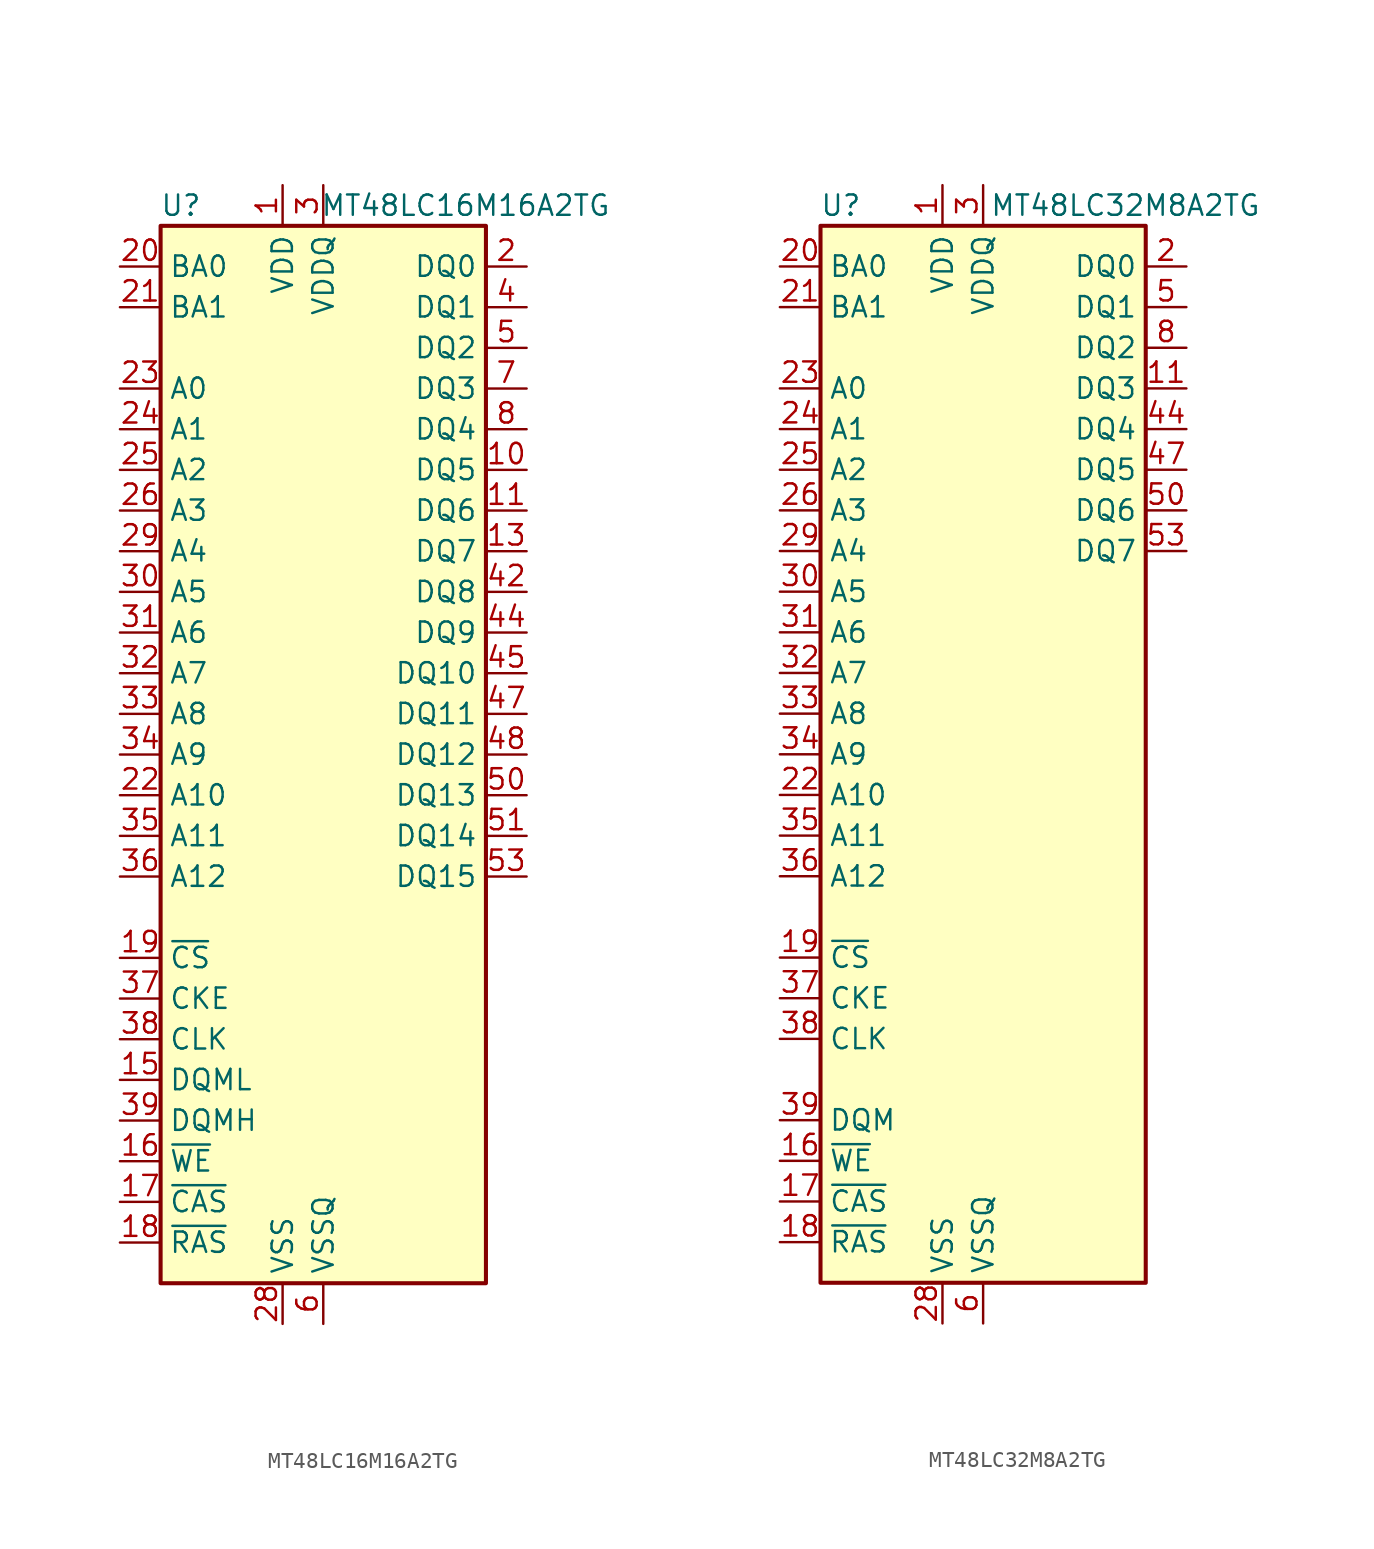
<source format=kicad_sym>
(kicad_symbol_lib
  (version 20231120)
  (generator "kicad_symbol_editor")
  (generator_version "8.0")
  (symbol "MT48LC16M16A2TG"
    (property "Reference" "U"
      (at -8.89 34.29 0)
      (effects (font (size 1.27 1.27))))
    (property "Value" "MT48LC16M16A2TG"
      (at 8.89 34.29 0)
      (effects (font (size 1.27 1.27))))
    (symbol "MT48LC16M16A2TG_0_1"
      (rectangle (start -10.16 33.02) (end 10.16 -33.02) (stroke (width 0.254) (type default)) (fill (type background))))
    (symbol "MT48LC16M16A2TG_1_1"
      (pin power_in line (at -2.54 35.56 270) (length 2.54) (name "VDD" (effects (font (size 1.27 1.27)))) (number "1" (effects (font (size 1.27 1.27)))))
      (pin bidirectional line (at 12.7 17.78 180) (length 2.54) (name "DQ5" (effects (font (size 1.27 1.27)))) (number "10" (effects (font (size 1.27 1.27)))))
      (pin bidirectional line (at 12.7 15.24 180) (length 2.54) (name "DQ6" (effects (font (size 1.27 1.27)))) (number "11" (effects (font (size 1.27 1.27)))))
      (pin passive line (at 0 -35.56 90) (length 2.54) hide (name "VSSQ" (effects (font (size 1.27 1.27)))) (number "12" (effects (font (size 1.27 1.27)))))
      (pin bidirectional line (at 12.7 12.7 180) (length 2.54) (name "DQ7" (effects (font (size 1.27 1.27)))) (number "13" (effects (font (size 1.27 1.27)))))
      (pin passive line (at -2.54 35.56 270) (length 2.54) hide (name "VDD" (effects (font (size 1.27 1.27)))) (number "14" (effects (font (size 1.27 1.27)))))
      (pin input line (at -12.7 -20.32 0) (length 2.54) (name "DQML" (effects (font (size 1.27 1.27)))) (number "15" (effects (font (size 1.27 1.27)))))
      (pin input line (at -12.7 -25.4 0) (length 2.54) (name "~{WE}" (effects (font (size 1.27 1.27)))) (number "16" (effects (font (size 1.27 1.27)))))
      (pin input line (at -12.7 -27.94 0) (length 2.54) (name "~{CAS}" (effects (font (size 1.27 1.27)))) (number "17" (effects (font (size 1.27 1.27)))))
      (pin input line (at -12.7 -30.48 0) (length 2.54) (name "~{RAS}" (effects (font (size 1.27 1.27)))) (number "18" (effects (font (size 1.27 1.27)))))
      (pin input line (at -12.7 -12.7 0) (length 2.54) (name "~{CS}" (effects (font (size 1.27 1.27)))) (number "19" (effects (font (size 1.27 1.27)))))
      (pin bidirectional line (at 12.7 30.48 180) (length 2.54) (name "DQ0" (effects (font (size 1.27 1.27)))) (number "2" (effects (font (size 1.27 1.27)))))
      (pin input line (at -12.7 30.48 0) (length 2.54) (name "BA0" (effects (font (size 1.27 1.27)))) (number "20" (effects (font (size 1.27 1.27)))))
      (pin input line (at -12.7 27.94 0) (length 2.54) (name "BA1" (effects (font (size 1.27 1.27)))) (number "21" (effects (font (size 1.27 1.27)))))
      (pin input line (at -12.7 -2.54 0) (length 2.54) (name "A10" (effects (font (size 1.27 1.27)))) (number "22" (effects (font (size 1.27 1.27)))))
      (pin input line (at -12.7 22.86 0) (length 2.54) (name "A0" (effects (font (size 1.27 1.27)))) (number "23" (effects (font (size 1.27 1.27)))))
      (pin input line (at -12.7 20.32 0) (length 2.54) (name "A1" (effects (font (size 1.27 1.27)))) (number "24" (effects (font (size 1.27 1.27)))))
      (pin input line (at -12.7 17.78 0) (length 2.54) (name "A2" (effects (font (size 1.27 1.27)))) (number "25" (effects (font (size 1.27 1.27)))))
      (pin input line (at -12.7 15.24 0) (length 2.54) (name "A3" (effects (font (size 1.27 1.27)))) (number "26" (effects (font (size 1.27 1.27)))))
      (pin passive line (at -2.54 35.56 270) (length 2.54) hide (name "VDD" (effects (font (size 1.27 1.27)))) (number "27" (effects (font (size 1.27 1.27)))))
      (pin power_in line (at -2.54 -35.56 90) (length 2.54) (name "VSS" (effects (font (size 1.27 1.27)))) (number "28" (effects (font (size 1.27 1.27)))))
      (pin input line (at -12.7 12.7 0) (length 2.54) (name "A4" (effects (font (size 1.27 1.27)))) (number "29" (effects (font (size 1.27 1.27)))))
      (pin power_in line (at 0 35.56 270) (length 2.54) (name "VDDQ" (effects (font (size 1.27 1.27)))) (number "3" (effects (font (size 1.27 1.27)))))
      (pin input line (at -12.7 10.16 0) (length 2.54) (name "A5" (effects (font (size 1.27 1.27)))) (number "30" (effects (font (size 1.27 1.27)))))
      (pin input line (at -12.7 7.62 0) (length 2.54) (name "A6" (effects (font (size 1.27 1.27)))) (number "31" (effects (font (size 1.27 1.27)))))
      (pin input line (at -12.7 5.08 0) (length 2.54) (name "A7" (effects (font (size 1.27 1.27)))) (number "32" (effects (font (size 1.27 1.27)))))
      (pin input line (at -12.7 2.54 0) (length 2.54) (name "A8" (effects (font (size 1.27 1.27)))) (number "33" (effects (font (size 1.27 1.27)))))
      (pin input line (at -12.7 0 0) (length 2.54) (name "A9" (effects (font (size 1.27 1.27)))) (number "34" (effects (font (size 1.27 1.27)))))
      (pin input line (at -12.7 -5.08 0) (length 2.54) (name "A11" (effects (font (size 1.27 1.27)))) (number "35" (effects (font (size 1.27 1.27)))))
      (pin input line (at -12.7 -7.62 0) (length 2.54) (name "A12" (effects (font (size 1.27 1.27)))) (number "36" (effects (font (size 1.27 1.27)))))
      (pin input line (at -12.7 -15.24 0) (length 2.54) (name "CKE" (effects (font (size 1.27 1.27)))) (number "37" (effects (font (size 1.27 1.27)))))
      (pin input line (at -12.7 -17.78 0) (length 2.54) (name "CLK" (effects (font (size 1.27 1.27)))) (number "38" (effects (font (size 1.27 1.27)))))
      (pin input line (at -12.7 -22.86 0) (length 2.54) (name "DQMH" (effects (font (size 1.27 1.27)))) (number "39" (effects (font (size 1.27 1.27)))))
      (pin bidirectional line (at 12.7 27.94 180) (length 2.54) (name "DQ1" (effects (font (size 1.27 1.27)))) (number "4" (effects (font (size 1.27 1.27)))))
      (pin no_connect line (at 10.16 -20.32 180) (length 2.54) hide (name "NC" (effects (font (size 1.27 1.27)))) (number "40" (effects (font (size 1.27 1.27)))))
      (pin passive line (at -2.54 -35.56 90) (length 2.54) hide (name "VSS" (effects (font (size 1.27 1.27)))) (number "41" (effects (font (size 1.27 1.27)))))
      (pin bidirectional line (at 12.7 10.16 180) (length 2.54) (name "DQ8" (effects (font (size 1.27 1.27)))) (number "42" (effects (font (size 1.27 1.27)))))
      (pin passive line (at 0 35.56 270) (length 2.54) hide (name "VDDQ" (effects (font (size 1.27 1.27)))) (number "43" (effects (font (size 1.27 1.27)))))
      (pin bidirectional line (at 12.7 7.62 180) (length 2.54) (name "DQ9" (effects (font (size 1.27 1.27)))) (number "44" (effects (font (size 1.27 1.27)))))
      (pin bidirectional line (at 12.7 5.08 180) (length 2.54) (name "DQ10" (effects (font (size 1.27 1.27)))) (number "45" (effects (font (size 1.27 1.27)))))
      (pin passive line (at 0 -35.56 90) (length 2.54) hide (name "VSSQ" (effects (font (size 1.27 1.27)))) (number "46" (effects (font (size 1.27 1.27)))))
      (pin bidirectional line (at 12.7 2.54 180) (length 2.54) (name "DQ11" (effects (font (size 1.27 1.27)))) (number "47" (effects (font (size 1.27 1.27)))))
      (pin bidirectional line (at 12.7 0 180) (length 2.54) (name "DQ12" (effects (font (size 1.27 1.27)))) (number "48" (effects (font (size 1.27 1.27)))))
      (pin passive line (at 0 35.56 270) (length 2.54) hide (name "VDDQ" (effects (font (size 1.27 1.27)))) (number "49" (effects (font (size 1.27 1.27)))))
      (pin bidirectional line (at 12.7 25.4 180) (length 2.54) (name "DQ2" (effects (font (size 1.27 1.27)))) (number "5" (effects (font (size 1.27 1.27)))))
      (pin bidirectional line (at 12.7 -2.54 180) (length 2.54) (name "DQ13" (effects (font (size 1.27 1.27)))) (number "50" (effects (font (size 1.27 1.27)))))
      (pin bidirectional line (at 12.7 -5.08 180) (length 2.54) (name "DQ14" (effects (font (size 1.27 1.27)))) (number "51" (effects (font (size 1.27 1.27)))))
      (pin passive line (at 0 -35.56 90) (length 2.54) hide (name "VSSQ" (effects (font (size 1.27 1.27)))) (number "52" (effects (font (size 1.27 1.27)))))
      (pin bidirectional line (at 12.7 -7.62 180) (length 2.54) (name "DQ15" (effects (font (size 1.27 1.27)))) (number "53" (effects (font (size 1.27 1.27)))))
      (pin passive line (at -2.54 -35.56 90) (length 2.54) hide (name "VSS" (effects (font (size 1.27 1.27)))) (number "54" (effects (font (size 1.27 1.27)))))
      (pin power_in line (at 0 -35.56 90) (length 2.54) (name "VSSQ" (effects (font (size 1.27 1.27)))) (number "6" (effects (font (size 1.27 1.27)))))
      (pin bidirectional line (at 12.7 22.86 180) (length 2.54) (name "DQ3" (effects (font (size 1.27 1.27)))) (number "7" (effects (font (size 1.27 1.27)))))
      (pin bidirectional line (at 12.7 20.32 180) (length 2.54) (name "DQ4" (effects (font (size 1.27 1.27)))) (number "8" (effects (font (size 1.27 1.27)))))
      (pin passive line (at 0 35.56 270) (length 2.54) hide (name "VDDQ" (effects (font (size 1.27 1.27)))) (number "9" (effects (font (size 1.27 1.27)))))))
  (symbol "MT48LC32M8A2TG"
    (property "Reference" "U"
      (at -8.89 34.29 0)
      (effects (font (size 1.27 1.27))))
    (property "Value" "MT48LC32M8A2TG"
      (at 8.89 34.29 0)
      (effects (font (size 1.27 1.27))))
    (symbol "MT48LC32M8A2TG_0_1"
      (rectangle (start -10.16 33.02) (end 10.16 -33.02) (stroke (width 0.254) (type default)) (fill (type background))))
    (symbol "MT48LC32M8A2TG_1_1"
      (pin power_in line (at -2.54 35.56 270) (length 2.54) (name "VDD" (effects (font (size 1.27 1.27)))) (number "1" (effects (font (size 1.27 1.27)))))
      (pin no_connect line (at 10.16 2.54 180) (length 2.54) hide (name "NC" (effects (font (size 1.27 1.27)))) (number "10" (effects (font (size 1.27 1.27)))))
      (pin bidirectional line (at 12.7 22.86 180) (length 2.54) (name "DQ3" (effects (font (size 1.27 1.27)))) (number "11" (effects (font (size 1.27 1.27)))))
      (pin passive line (at 0 -35.56 90) (length 2.54) hide (name "VSSQ" (effects (font (size 1.27 1.27)))) (number "12" (effects (font (size 1.27 1.27)))))
      (pin no_connect line (at 10.16 7.62 180) (length 2.54) hide (name "NC" (effects (font (size 1.27 1.27)))) (number "13" (effects (font (size 1.27 1.27)))))
      (pin passive line (at -2.54 35.56 270) (length 2.54) hide (name "VDD" (effects (font (size 1.27 1.27)))) (number "14" (effects (font (size 1.27 1.27)))))
      (pin no_connect line (at -10.16 -20.32 0) (length 2.54) hide (name "NC" (effects (font (size 1.27 1.27)))) (number "15" (effects (font (size 1.27 1.27)))))
      (pin input line (at -12.7 -25.4 0) (length 2.54) (name "~{WE}" (effects (font (size 1.27 1.27)))) (number "16" (effects (font (size 1.27 1.27)))))
      (pin input line (at -12.7 -27.94 0) (length 2.54) (name "~{CAS}" (effects (font (size 1.27 1.27)))) (number "17" (effects (font (size 1.27 1.27)))))
      (pin input line (at -12.7 -30.48 0) (length 2.54) (name "~{RAS}" (effects (font (size 1.27 1.27)))) (number "18" (effects (font (size 1.27 1.27)))))
      (pin input line (at -12.7 -12.7 0) (length 2.54) (name "~{CS}" (effects (font (size 1.27 1.27)))) (number "19" (effects (font (size 1.27 1.27)))))
      (pin bidirectional line (at 12.7 30.48 180) (length 2.54) (name "DQ0" (effects (font (size 1.27 1.27)))) (number "2" (effects (font (size 1.27 1.27)))))
      (pin input line (at -12.7 30.48 0) (length 2.54) (name "BA0" (effects (font (size 1.27 1.27)))) (number "20" (effects (font (size 1.27 1.27)))))
      (pin input line (at -12.7 27.94 0) (length 2.54) (name "BA1" (effects (font (size 1.27 1.27)))) (number "21" (effects (font (size 1.27 1.27)))))
      (pin input line (at -12.7 -2.54 0) (length 2.54) (name "A10" (effects (font (size 1.27 1.27)))) (number "22" (effects (font (size 1.27 1.27)))))
      (pin input line (at -12.7 22.86 0) (length 2.54) (name "A0" (effects (font (size 1.27 1.27)))) (number "23" (effects (font (size 1.27 1.27)))))
      (pin input line (at -12.7 20.32 0) (length 2.54) (name "A1" (effects (font (size 1.27 1.27)))) (number "24" (effects (font (size 1.27 1.27)))))
      (pin input line (at -12.7 17.78 0) (length 2.54) (name "A2" (effects (font (size 1.27 1.27)))) (number "25" (effects (font (size 1.27 1.27)))))
      (pin input line (at -12.7 15.24 0) (length 2.54) (name "A3" (effects (font (size 1.27 1.27)))) (number "26" (effects (font (size 1.27 1.27)))))
      (pin passive line (at -2.54 35.56 270) (length 2.54) hide (name "VDD" (effects (font (size 1.27 1.27)))) (number "27" (effects (font (size 1.27 1.27)))))
      (pin power_in line (at -2.54 -35.56 90) (length 2.54) (name "VSS" (effects (font (size 1.27 1.27)))) (number "28" (effects (font (size 1.27 1.27)))))
      (pin input line (at -12.7 12.7 0) (length 2.54) (name "A4" (effects (font (size 1.27 1.27)))) (number "29" (effects (font (size 1.27 1.27)))))
      (pin power_in line (at 0 35.56 270) (length 2.54) (name "VDDQ" (effects (font (size 1.27 1.27)))) (number "3" (effects (font (size 1.27 1.27)))))
      (pin input line (at -12.7 10.16 0) (length 2.54) (name "A5" (effects (font (size 1.27 1.27)))) (number "30" (effects (font (size 1.27 1.27)))))
      (pin input line (at -12.7 7.62 0) (length 2.54) (name "A6" (effects (font (size 1.27 1.27)))) (number "31" (effects (font (size 1.27 1.27)))))
      (pin input line (at -12.7 5.08 0) (length 2.54) (name "A7" (effects (font (size 1.27 1.27)))) (number "32" (effects (font (size 1.27 1.27)))))
      (pin input line (at -12.7 2.54 0) (length 2.54) (name "A8" (effects (font (size 1.27 1.27)))) (number "33" (effects (font (size 1.27 1.27)))))
      (pin input line (at -12.7 0 0) (length 2.54) (name "A9" (effects (font (size 1.27 1.27)))) (number "34" (effects (font (size 1.27 1.27)))))
      (pin input line (at -12.7 -5.08 0) (length 2.54) (name "A11" (effects (font (size 1.27 1.27)))) (number "35" (effects (font (size 1.27 1.27)))))
      (pin input line (at -12.7 -7.62 0) (length 2.54) (name "A12" (effects (font (size 1.27 1.27)))) (number "36" (effects (font (size 1.27 1.27)))))
      (pin input line (at -12.7 -15.24 0) (length 2.54) (name "CKE" (effects (font (size 1.27 1.27)))) (number "37" (effects (font (size 1.27 1.27)))))
      (pin input line (at -12.7 -17.78 0) (length 2.54) (name "CLK" (effects (font (size 1.27 1.27)))) (number "38" (effects (font (size 1.27 1.27)))))
      (pin input line (at -12.7 -22.86 0) (length 2.54) (name "DQM" (effects (font (size 1.27 1.27)))) (number "39" (effects (font (size 1.27 1.27)))))
      (pin no_connect line (at 10.16 -7.62 180) (length 2.54) hide (name "NC" (effects (font (size 1.27 1.27)))) (number "4" (effects (font (size 1.27 1.27)))))
      (pin no_connect line (at 10.16 -20.32 180) (length 2.54) hide (name "NC" (effects (font (size 1.27 1.27)))) (number "40" (effects (font (size 1.27 1.27)))))
      (pin passive line (at -2.54 -35.56 90) (length 2.54) hide (name "VSS" (effects (font (size 1.27 1.27)))) (number "41" (effects (font (size 1.27 1.27)))))
      (pin no_connect line (at 10.16 10.16 180) (length 2.54) hide (name "NC" (effects (font (size 1.27 1.27)))) (number "42" (effects (font (size 1.27 1.27)))))
      (pin passive line (at 0 35.56 270) (length 2.54) hide (name "VDDQ" (effects (font (size 1.27 1.27)))) (number "43" (effects (font (size 1.27 1.27)))))
      (pin bidirectional line (at 12.7 20.32 180) (length 2.54) (name "DQ4" (effects (font (size 1.27 1.27)))) (number "44" (effects (font (size 1.27 1.27)))))
      (pin no_connect line (at 10.16 5.08 180) (length 2.54) hide (name "NC" (effects (font (size 1.27 1.27)))) (number "45" (effects (font (size 1.27 1.27)))))
      (pin passive line (at 0 -35.56 90) (length 2.54) hide (name "VSSQ" (effects (font (size 1.27 1.27)))) (number "46" (effects (font (size 1.27 1.27)))))
      (pin bidirectional line (at 12.7 17.78 180) (length 2.54) (name "DQ5" (effects (font (size 1.27 1.27)))) (number "47" (effects (font (size 1.27 1.27)))))
      (pin no_connect line (at 10.16 0 180) (length 2.54) hide (name "NC" (effects (font (size 1.27 1.27)))) (number "48" (effects (font (size 1.27 1.27)))))
      (pin passive line (at 0 35.56 270) (length 2.54) hide (name "VDDQ" (effects (font (size 1.27 1.27)))) (number "49" (effects (font (size 1.27 1.27)))))
      (pin bidirectional line (at 12.7 27.94 180) (length 2.54) (name "DQ1" (effects (font (size 1.27 1.27)))) (number "5" (effects (font (size 1.27 1.27)))))
      (pin bidirectional line (at 12.7 15.24 180) (length 2.54) (name "DQ6" (effects (font (size 1.27 1.27)))) (number "50" (effects (font (size 1.27 1.27)))))
      (pin no_connect line (at 10.16 -5.08 180) (length 2.54) hide (name "NC" (effects (font (size 1.27 1.27)))) (number "51" (effects (font (size 1.27 1.27)))))
      (pin passive line (at 0 -35.56 90) (length 2.54) hide (name "VSSQ" (effects (font (size 1.27 1.27)))) (number "52" (effects (font (size 1.27 1.27)))))
      (pin bidirectional line (at 12.7 12.7 180) (length 2.54) (name "DQ7" (effects (font (size 1.27 1.27)))) (number "53" (effects (font (size 1.27 1.27)))))
      (pin passive line (at -2.54 -35.56 90) (length 2.54) hide (name "VSS" (effects (font (size 1.27 1.27)))) (number "54" (effects (font (size 1.27 1.27)))))
      (pin power_in line (at 0 -35.56 90) (length 2.54) (name "VSSQ" (effects (font (size 1.27 1.27)))) (number "6" (effects (font (size 1.27 1.27)))))
      (pin no_connect line (at 10.16 -2.54 180) (length 2.54) hide (name "NC" (effects (font (size 1.27 1.27)))) (number "7" (effects (font (size 1.27 1.27)))))
      (pin bidirectional line (at 12.7 25.4 180) (length 2.54) (name "DQ2" (effects (font (size 1.27 1.27)))) (number "8" (effects (font (size 1.27 1.27)))))
      (pin passive line (at 0 35.56 270) (length 2.54) hide (name "VDDQ" (effects (font (size 1.27 1.27)))) (number "9" (effects (font (size 1.27 1.27))))))))
</source>
